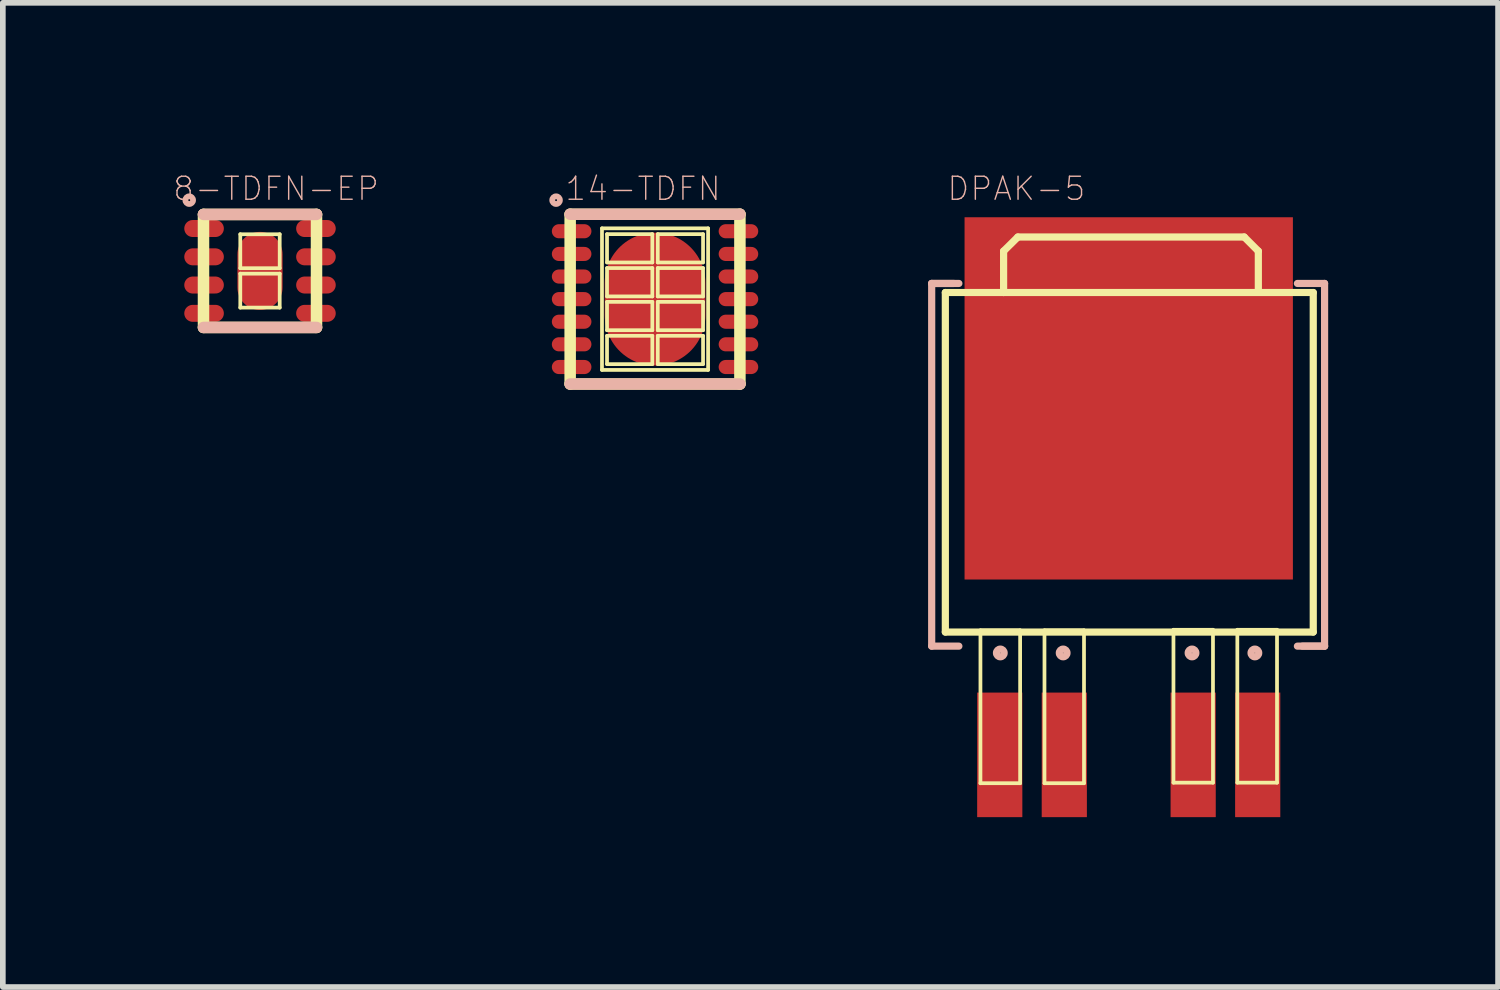
<source format=kicad_pcb>
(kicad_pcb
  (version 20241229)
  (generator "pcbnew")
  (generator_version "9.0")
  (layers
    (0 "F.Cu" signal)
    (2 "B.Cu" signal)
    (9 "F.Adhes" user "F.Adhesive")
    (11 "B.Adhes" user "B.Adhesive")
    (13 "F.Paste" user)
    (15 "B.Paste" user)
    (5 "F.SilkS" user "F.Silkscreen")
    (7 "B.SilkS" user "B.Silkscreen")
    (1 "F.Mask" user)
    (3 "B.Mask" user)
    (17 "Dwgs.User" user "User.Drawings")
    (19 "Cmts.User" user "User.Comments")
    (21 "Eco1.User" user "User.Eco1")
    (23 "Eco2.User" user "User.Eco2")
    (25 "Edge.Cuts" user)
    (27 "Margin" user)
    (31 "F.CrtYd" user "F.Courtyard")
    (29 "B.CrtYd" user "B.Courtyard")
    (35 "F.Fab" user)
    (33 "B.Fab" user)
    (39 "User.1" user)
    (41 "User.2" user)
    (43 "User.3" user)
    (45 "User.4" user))
  (footprint "14-TDFN"
    (layer "F.Cu")
    (at 8.519 2.233)
    (property "Reference" "14-TDFN" (at -0.213 -1.951 0) (layer "B.SilkS") (effects (font (size 0.406 0.406) (thickness 0.025))))
    (attr smd)
    (fp_line (start -1.499 -1.499) (end -1.499 1.499) (stroke (width 0.203) (type solid)) (layer "F.SilkS"))
    (fp_line (start -1.499 1.499) (end 1.499 1.499) (stroke (width 0.203) (type solid)) (layer "F.SilkS"))
    (fp_line (start -0.937 -1.25) (end 0.937 -1.25) (stroke (width 0.066) (type solid)) (layer "F.SilkS"))
    (fp_line (start -0.937 1.25) (end -0.937 -1.25) (stroke (width 0.066) (type solid)) (layer "F.SilkS"))
    (fp_line (start -0.937 1.25) (end 0.937 1.25) (stroke (width 0.066) (type solid)) (layer "F.SilkS"))
    (fp_line (start -0.848 -1.148) (end -0.048 -1.148) (stroke (width 0.066) (type solid)) (layer "F.SilkS"))
    (fp_line (start -0.848 -0.648) (end -0.848 -1.148) (stroke (width 0.066) (type solid)) (layer "F.SilkS"))
    (fp_line (start -0.848 -0.648) (end -0.048 -0.648) (stroke (width 0.066) (type solid)) (layer "F.SilkS"))
    (fp_line (start -0.848 -0.549) (end -0.048 -0.549) (stroke (width 0.066) (type solid)) (layer "F.SilkS"))
    (fp_line (start -0.848 -0.048) (end -0.848 -0.549) (stroke (width 0.066) (type solid)) (layer "F.SilkS"))
    (fp_line (start -0.848 -0.048) (end -0.048 -0.048) (stroke (width 0.066) (type solid)) (layer "F.SilkS"))
    (fp_line (start -0.848 0.048) (end -0.048 0.048) (stroke (width 0.066) (type solid)) (layer "F.SilkS"))
    (fp_line (start -0.848 0.549) (end -0.848 0.048) (stroke (width 0.066) (type solid)) (layer "F.SilkS"))
    (fp_line (start -0.848 0.549) (end -0.048 0.549) (stroke (width 0.066) (type solid)) (layer "F.SilkS"))
    (fp_line (start -0.848 0.648) (end -0.048 0.648) (stroke (width 0.066) (type solid)) (layer "F.SilkS"))
    (fp_line (start -0.848 1.148) (end -0.848 0.648) (stroke (width 0.066) (type solid)) (layer "F.SilkS"))
    (fp_line (start -0.848 1.148) (end -0.048 1.148) (stroke (width 0.066) (type solid)) (layer "F.SilkS"))
    (fp_line (start -0.048 -0.648) (end -0.048 -1.148) (stroke (width 0.066) (type solid)) (layer "F.SilkS"))
    (fp_line (start -0.048 -0.048) (end -0.048 -0.549) (stroke (width 0.066) (type solid)) (layer "F.SilkS"))
    (fp_line (start -0.048 0.549) (end -0.048 0.048) (stroke (width 0.066) (type solid)) (layer "F.SilkS"))
    (fp_line (start -0.048 1.148) (end -0.048 0.648) (stroke (width 0.066) (type solid)) (layer "F.SilkS"))
    (fp_line (start 0.048 -1.148) (end 0.848 -1.148) (stroke (width 0.066) (type solid)) (layer "F.SilkS"))
    (fp_line (start 0.048 -0.648) (end 0.048 -1.148) (stroke (width 0.066) (type solid)) (layer "F.SilkS"))
    (fp_line (start 0.048 -0.648) (end 0.848 -0.648) (stroke (width 0.066) (type solid)) (layer "F.SilkS"))
    (fp_line (start 0.048 -0.549) (end 0.848 -0.549) (stroke (width 0.066) (type solid)) (layer "F.SilkS"))
    (fp_line (start 0.048 -0.048) (end 0.048 -0.549) (stroke (width 0.066) (type solid)) (layer "F.SilkS"))
    (fp_line (start 0.048 -0.048) (end 0.848 -0.048) (stroke (width 0.066) (type solid)) (layer "F.SilkS"))
    (fp_line (start 0.048 0.048) (end 0.848 0.048) (stroke (width 0.066) (type solid)) (layer "F.SilkS"))
    (fp_line (start 0.048 0.549) (end 0.048 0.048) (stroke (width 0.066) (type solid)) (layer "F.SilkS"))
    (fp_line (start 0.048 0.549) (end 0.848 0.549) (stroke (width 0.066) (type solid)) (layer "F.SilkS"))
    (fp_line (start 0.048 0.648) (end 0.848 0.648) (stroke (width 0.066) (type solid)) (layer "F.SilkS"))
    (fp_line (start 0.048 1.148) (end 0.048 0.648) (stroke (width 0.066) (type solid)) (layer "F.SilkS"))
    (fp_line (start 0.048 1.148) (end 0.848 1.148) (stroke (width 0.066) (type solid)) (layer "F.SilkS"))
    (fp_line (start 0.848 -0.648) (end 0.848 -1.148) (stroke (width 0.066) (type solid)) (layer "F.SilkS"))
    (fp_line (start 0.848 -0.048) (end 0.848 -0.549) (stroke (width 0.066) (type solid)) (layer "F.SilkS"))
    (fp_line (start 0.848 0.549) (end 0.848 0.048) (stroke (width 0.066) (type solid)) (layer "F.SilkS"))
    (fp_line (start 0.848 1.148) (end 0.848 0.648) (stroke (width 0.066) (type solid)) (layer "F.SilkS"))
    (fp_line (start 0.937 1.25) (end 0.937 -1.25) (stroke (width 0.066) (type solid)) (layer "F.SilkS"))
    (fp_line (start 1.499 -1.499) (end -1.499 -1.499) (stroke (width 0.203) (type solid)) (layer "F.SilkS"))
    (fp_line (start 1.499 1.499) (end 1.499 -1.499) (stroke (width 0.203) (type solid)) (layer "F.SilkS"))
    (fp_line (start -1.499 -1.499) (end 1.499 -1.499) (stroke (width 0.203) (type solid)) (layer "B.SilkS"))
    (fp_line (start 1.499 1.499) (end -1.499 1.499) (stroke (width 0.203) (type solid)) (layer "B.SilkS"))
    (fp_circle (center -1.748 -1.748) (end -1.796 -1.796) (stroke (width 0.102) (type solid)) (fill no) (layer "B.SilkS"))
    (pad "1" smd oval (at -1.473 -1.199) (size 0.699 0.249) (layers "F.Cu" "F.Mask" "F.Paste"))
    (pad "2" smd oval (at -1.473 -0.798) (size 0.699 0.249) (layers "F.Cu" "F.Mask" "F.Paste"))
    (pad "3" smd oval (at -1.473 -0.399) (size 0.699 0.249) (layers "F.Cu" "F.Mask" "F.Paste"))
    (pad "4" smd oval (at -1.473 0) (size 0.699 0.249) (layers "F.Cu" "F.Mask" "F.Paste"))
    (pad "5" smd oval (at -1.473 0.399) (size 0.699 0.249) (layers "F.Cu" "F.Mask" "F.Paste"))
    (pad "6" smd oval (at -1.473 0.798) (size 0.699 0.249) (layers "F.Cu" "F.Mask" "F.Paste"))
    (pad "7" smd oval (at -1.473 1.199) (size 0.699 0.249) (layers "F.Cu" "F.Mask" "F.Paste"))
    (pad "8" smd oval (at 1.473 1.199) (size 0.699 0.249) (layers "F.Cu" "F.Mask" "F.Paste"))
    (pad "9" smd oval (at 1.473 0.798) (size 0.699 0.249) (layers "F.Cu" "F.Mask" "F.Paste"))
    (pad "10" smd oval (at 1.473 0.399) (size 0.699 0.249) (layers "F.Cu" "F.Mask" "F.Paste"))
    (pad "11" smd oval (at 1.473 0) (size 0.699 0.249) (layers "F.Cu" "F.Mask" "F.Paste"))
    (pad "12" smd oval (at 1.473 -0.399) (size 0.699 0.249) (layers "F.Cu" "F.Mask" "F.Paste"))
    (pad "13" smd oval (at 1.473 -0.798) (size 0.699 0.249) (layers "F.Cu" "F.Mask" "F.Paste"))
    (pad "14" smd oval (at 1.473 -1.199) (size 0.699 0.249) (layers "F.Cu" "F.Mask" "F.Paste"))
    (pad "15" smd oval (at 0 0) (size 1.778 2.349) (layers "F.Cu" "F.Mask" "F.Paste")))
  (footprint "8-TDFN-EP"
    (layer "F.Cu")
    (at 1.542 1.735)
    (property "Reference" "8-TDFN-EP" (at 0.284 -1.453 0) (layer "B.SilkS") (effects (font (size 0.406 0.406) (thickness 0.025))))
    (attr smd)
    (fp_line (start -0.998 -0.998) (end -0.998 0.998) (stroke (width 0.203) (type solid)) (layer "F.SilkS"))
    (fp_line (start -0.998 0.998) (end 0.998 0.998) (stroke (width 0.203) (type solid)) (layer "F.SilkS"))
    (fp_line (start -0.348 -0.648) (end 0.348 -0.648) (stroke (width 0.066) (type solid)) (layer "F.SilkS"))
    (fp_line (start -0.348 -0.048) (end -0.348 -0.648) (stroke (width 0.066) (type solid)) (layer "F.SilkS"))
    (fp_line (start -0.348 -0.048) (end 0.348 -0.048) (stroke (width 0.066) (type solid)) (layer "F.SilkS"))
    (fp_line (start -0.348 0.048) (end 0.348 0.048) (stroke (width 0.066) (type solid)) (layer "F.SilkS"))
    (fp_line (start -0.348 0.648) (end -0.348 0.048) (stroke (width 0.066) (type solid)) (layer "F.SilkS"))
    (fp_line (start -0.348 0.648) (end 0.348 0.648) (stroke (width 0.066) (type solid)) (layer "F.SilkS"))
    (fp_line (start 0.348 -0.048) (end 0.348 -0.648) (stroke (width 0.066) (type solid)) (layer "F.SilkS"))
    (fp_line (start 0.348 0.648) (end 0.348 0.048) (stroke (width 0.066) (type solid)) (layer "F.SilkS"))
    (fp_line (start 0.998 -0.998) (end -0.998 -0.998) (stroke (width 0.203) (type solid)) (layer "F.SilkS"))
    (fp_line (start 0.998 0.998) (end 0.998 -0.998) (stroke (width 0.203) (type solid)) (layer "F.SilkS"))
    (fp_line (start -0.998 -0.998) (end 0.998 -0.998) (stroke (width 0.203) (type solid)) (layer "B.SilkS"))
    (fp_line (start 0.998 0.998) (end -0.998 0.998) (stroke (width 0.203) (type solid)) (layer "B.SilkS"))
    (fp_circle (center -1.25 -1.25) (end -1.298 -1.298) (stroke (width 0.102) (type solid)) (fill no) (layer "B.SilkS"))
    (pad "1" smd oval (at -0.988 -0.749) (size 0.699 0.3) (layers "F.Cu" "F.Mask" "F.Paste"))
    (pad "2" smd oval (at -0.988 -0.249) (size 0.699 0.3) (layers "F.Cu" "F.Mask" "F.Paste"))
    (pad "3" smd oval (at -0.988 0.249) (size 0.699 0.3) (layers "F.Cu" "F.Mask" "F.Paste"))
    (pad "4" smd oval (at -0.988 0.749) (size 0.699 0.3) (layers "F.Cu" "F.Mask" "F.Paste"))
    (pad "5" smd oval (at 0.988 0.749) (size 0.699 0.3) (layers "F.Cu" "F.Mask" "F.Paste"))
    (pad "6" smd oval (at 0.988 0.249) (size 0.699 0.3) (layers "F.Cu" "F.Mask" "F.Paste"))
    (pad "7" smd oval (at 0.988 -0.249) (size 0.699 0.3) (layers "F.Cu" "F.Mask" "F.Paste"))
    (pad "8" smd oval (at 0.988 -0.749) (size 0.699 0.3) (layers "F.Cu" "F.Mask" "F.Paste"))
    (pad "9" smd oval (at 0 0) (size 0.798 1.379) (layers "F.Cu" "F.Mask" "F.Paste")))
  (footprint "DPAK-5"
    (layer "F.Cu")
    (at 16.885 4.984)
    (property "Reference" "DPAK-5" (at -1.984 -4.702 0) (layer "B.SilkS") (effects (font (size 0.406 0.406) (thickness 0.025))))
    (attr smd)
    (fp_line (start -3.239 -2.868) (end -3.239 3.129) (stroke (width 0.127) (type solid)) (layer "F.SilkS"))
    (fp_line (start -2.619 3.099) (end -1.918 3.099) (stroke (width 0.066) (type solid)) (layer "F.SilkS"))
    (fp_line (start -2.619 5.799) (end -2.619 3.099) (stroke (width 0.066) (type solid)) (layer "F.SilkS"))
    (fp_line (start -2.619 5.799) (end -1.918 5.799) (stroke (width 0.066) (type solid)) (layer "F.SilkS"))
    (fp_line (start -2.21 -3.599) (end -1.958 -3.848) (stroke (width 0.127) (type solid)) (layer "F.SilkS"))
    (fp_line (start -2.21 -2.868) (end -3.239 -2.868) (stroke (width 0.127) (type solid)) (layer "F.SilkS"))
    (fp_line (start -2.21 -2.868) (end -2.21 -3.599) (stroke (width 0.127) (type solid)) (layer "F.SilkS"))
    (fp_line (start -1.918 5.799) (end -1.918 3.099) (stroke (width 0.066) (type solid)) (layer "F.SilkS"))
    (fp_line (start -1.488 3.099) (end -0.79 3.099) (stroke (width 0.066) (type solid)) (layer "F.SilkS"))
    (fp_line (start -1.488 5.799) (end -1.488 3.099) (stroke (width 0.066) (type solid)) (layer "F.SilkS"))
    (fp_line (start -1.488 5.799) (end -0.79 5.799) (stroke (width 0.066) (type solid)) (layer "F.SilkS"))
    (fp_line (start -0.79 5.799) (end -0.79 3.099) (stroke (width 0.066) (type solid)) (layer "F.SilkS"))
    (fp_line (start 0.79 3.089) (end 1.488 3.089) (stroke (width 0.066) (type solid)) (layer "F.SilkS"))
    (fp_line (start 0.79 5.789) (end 0.79 3.089) (stroke (width 0.066) (type solid)) (layer "F.SilkS"))
    (fp_line (start 0.79 5.789) (end 1.488 5.789) (stroke (width 0.066) (type solid)) (layer "F.SilkS"))
    (fp_line (start 1.488 5.789) (end 1.488 3.089) (stroke (width 0.066) (type solid)) (layer "F.SilkS"))
    (fp_line (start 1.918 3.089) (end 2.619 3.089) (stroke (width 0.066) (type solid)) (layer "F.SilkS"))
    (fp_line (start 1.918 5.789) (end 1.918 3.089) (stroke (width 0.066) (type solid)) (layer "F.SilkS"))
    (fp_line (start 1.918 5.789) (end 2.619 5.789) (stroke (width 0.066) (type solid)) (layer "F.SilkS"))
    (fp_line (start 2.04 -3.848) (end -1.958 -3.848) (stroke (width 0.127) (type solid)) (layer "F.SilkS"))
    (fp_line (start 2.289 -3.599) (end 2.04 -3.848) (stroke (width 0.127) (type solid)) (layer "F.SilkS"))
    (fp_line (start 2.289 -2.878) (end 2.289 -3.599) (stroke (width 0.127) (type solid)) (layer "F.SilkS"))
    (fp_line (start 2.619 5.789) (end 2.619 3.089) (stroke (width 0.066) (type solid)) (layer "F.SilkS"))
    (fp_line (start 3.259 -2.868) (end -2.21 -2.868) (stroke (width 0.127) (type solid)) (layer "F.SilkS"))
    (fp_line (start 3.259 3.129) (end -3.239 3.129) (stroke (width 0.127) (type solid)) (layer "F.SilkS"))
    (fp_line (start 3.259 3.129) (end 3.259 -2.868) (stroke (width 0.127) (type solid)) (layer "F.SilkS"))
    (fp_line (start -3.48 -3.028) (end -3.48 3.378) (stroke (width 0.127) (type solid)) (layer "B.SilkS"))
    (fp_line (start -3.48 -3.028) (end -3 -3.028) (stroke (width 0.127) (type solid)) (layer "B.SilkS"))
    (fp_line (start -3.48 3.378) (end -3 3.378) (stroke (width 0.127) (type solid)) (layer "B.SilkS"))
    (fp_line (start -3.089 -3.028) (end -3.48 -3.028) (stroke (width 0.127) (type solid)) (layer "B.SilkS"))
    (fp_line (start 3.068 3.378) (end 3.459 3.378) (stroke (width 0.127) (type solid)) (layer "B.SilkS"))
    (fp_line (start 3.459 -3.028) (end 2.979 -3.028) (stroke (width 0.127) (type solid)) (layer "B.SilkS"))
    (fp_line (start 3.459 3.378) (end 2.979 3.378) (stroke (width 0.127) (type solid)) (layer "B.SilkS"))
    (fp_line (start 3.459 3.378) (end 3.459 -3.028) (stroke (width 0.127) (type solid)) (layer "B.SilkS"))
    (fp_circle (center -2.268 3.498) (end -2.316 3.546) (stroke (width 0.127) (type solid)) (fill no) (layer "B.SilkS"))
    (fp_circle (center -1.158 3.498) (end -1.206 3.546) (stroke (width 0.127) (type solid)) (fill no) (layer "B.SilkS"))
    (fp_circle (center 1.118 3.498) (end 1.166 3.546) (stroke (width 0.127) (type solid)) (fill no) (layer "B.SilkS"))
    (fp_circle (center 2.228 3.498) (end 2.276 3.546) (stroke (width 0.127) (type solid)) (fill no) (layer "B.SilkS"))
    (pad "ADJ" smd rect (at 2.278 5.298 90) (size 2.2 0.798) (layers "F.Cu" "F.Mask" "F.Paste"))
    (pad "EN" smd rect (at -2.278 5.298 90) (size 2.2 0.798) (layers "F.Cu" "F.Mask" "F.Paste"))
    (pad "GND" smd rect (at 0 -0.998 90) (size 6.398 5.799) (layers "F.Cu" "F.Mask" "F.Paste"))
    (pad "VIN" smd rect (at -1.138 5.298 90) (size 2.2 0.798) (layers "F.Cu" "F.Mask" "F.Paste"))
    (pad "VOUT" smd rect (at 1.138 5.298 90) (size 2.2 0.798) (layers "F.Cu" "F.Mask" "F.Paste")))
  (gr_rect
    (start -3 -3)
    (end 23.408 14.382)
    (stroke (width 0.1) (type default))
    (fill no)
    (layer "Edge.Cuts")))
</source>
